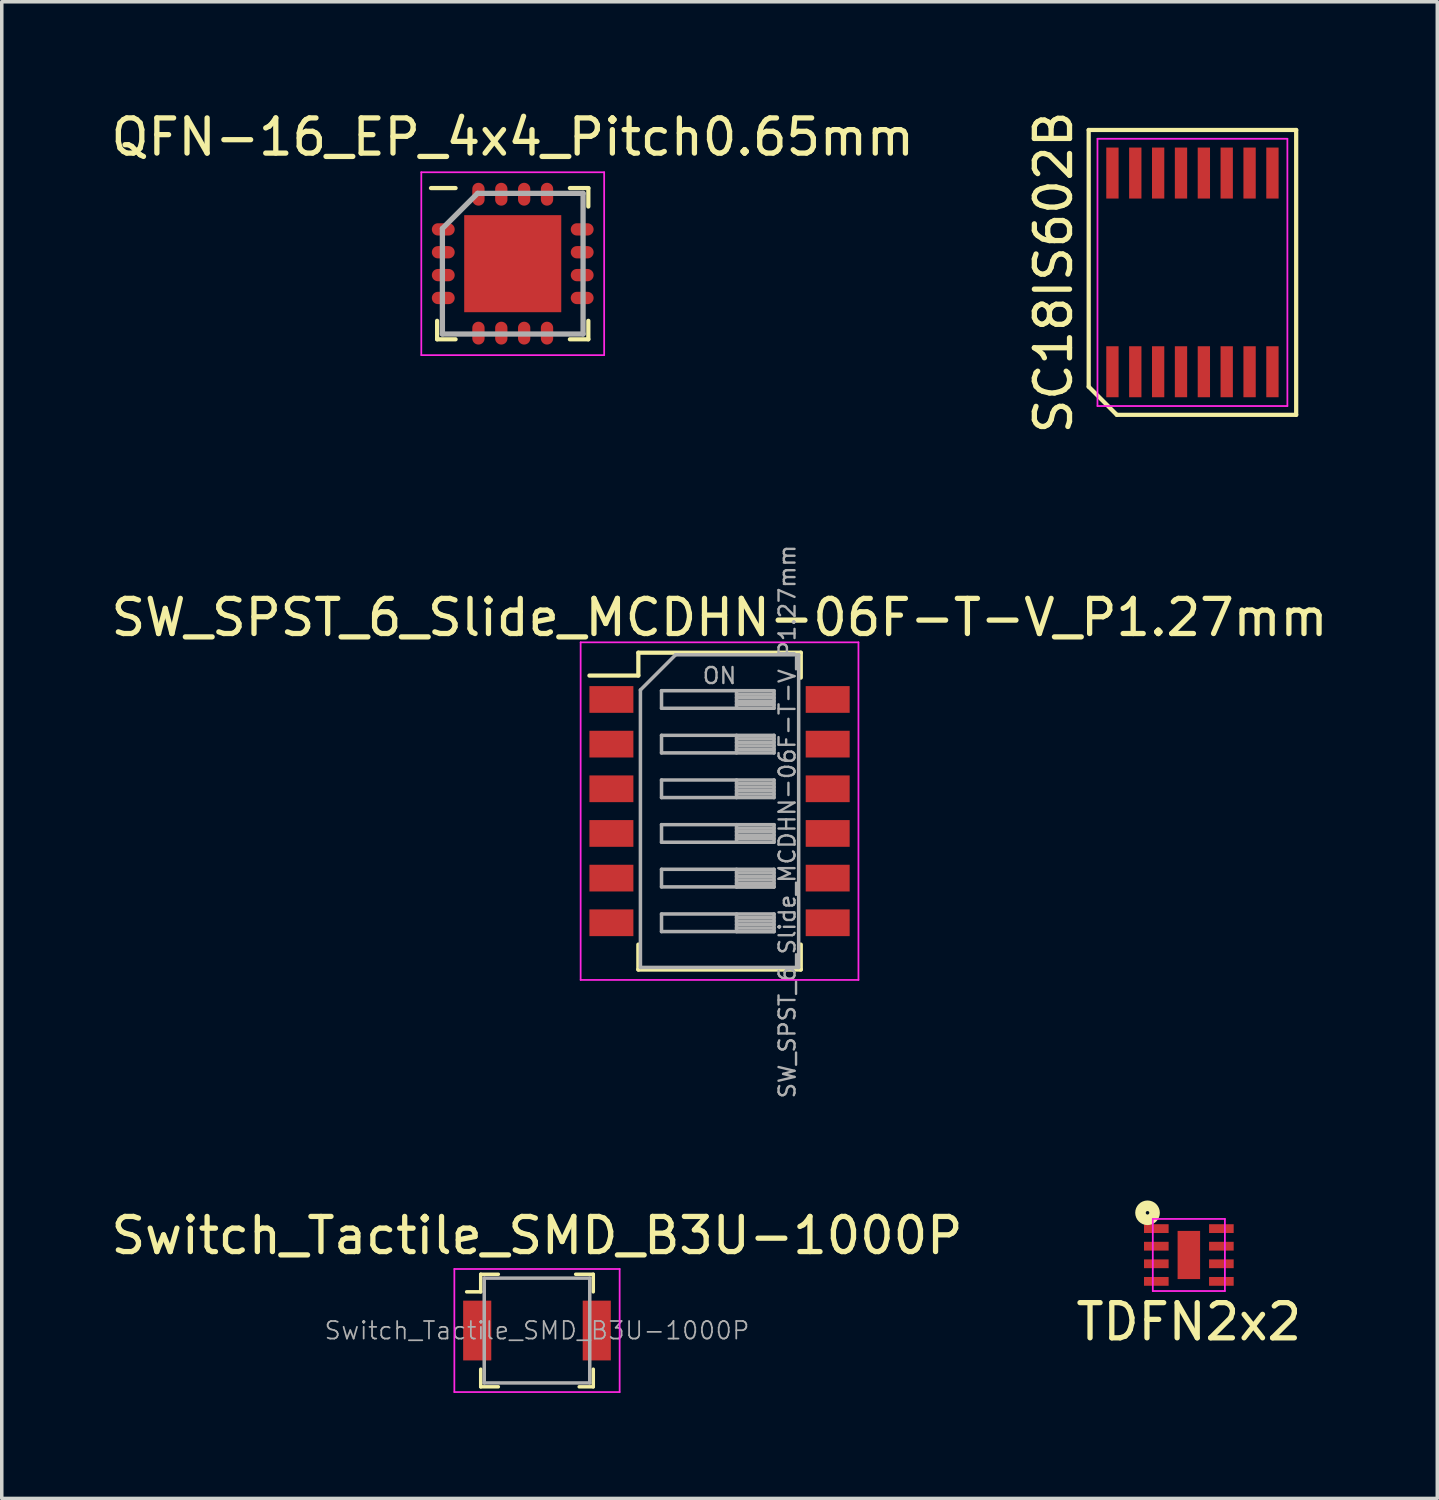
<source format=kicad_pcb>
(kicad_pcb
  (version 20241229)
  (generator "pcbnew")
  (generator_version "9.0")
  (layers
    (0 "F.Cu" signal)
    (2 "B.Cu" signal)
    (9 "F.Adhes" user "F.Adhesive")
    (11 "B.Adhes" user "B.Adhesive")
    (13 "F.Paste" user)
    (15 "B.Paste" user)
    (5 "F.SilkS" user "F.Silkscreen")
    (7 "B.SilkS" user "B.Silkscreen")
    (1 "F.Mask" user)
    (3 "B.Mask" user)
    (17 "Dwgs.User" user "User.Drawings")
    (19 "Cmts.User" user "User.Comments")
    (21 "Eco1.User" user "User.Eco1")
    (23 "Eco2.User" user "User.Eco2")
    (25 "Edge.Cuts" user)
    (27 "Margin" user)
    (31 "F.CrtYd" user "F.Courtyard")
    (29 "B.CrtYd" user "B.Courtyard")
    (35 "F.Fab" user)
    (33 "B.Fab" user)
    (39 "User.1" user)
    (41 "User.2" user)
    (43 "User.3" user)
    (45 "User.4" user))
  (footprint "QFN-16_EP_4x4_Pitch0.65mm"
    (layer "F.Cu")
    (at 11.53 4.448)
    (property "Reference" "QFN-16_EP_4x4_Pitch0.65mm" (at 0 -3.6 0) (layer "F.SilkS") (effects (font (size 1 1) (thickness 0.15))))
    (attr smd)
    (fp_line (start -2.15 2.15) (end -2.15 1.625) (stroke (width 0.12) (type solid)) (layer "F.SilkS"))
    (fp_line (start -1.625 -2.15) (end -2.325 -2.15) (stroke (width 0.12) (type solid)) (layer "F.SilkS"))
    (fp_line (start -1.625 2.15) (end -2.15 2.15) (stroke (width 0.12) (type solid)) (layer "F.SilkS"))
    (fp_line (start 1.625 -2.15) (end 2.15 -2.15) (stroke (width 0.12) (type solid)) (layer "F.SilkS"))
    (fp_line (start 1.625 2.15) (end 2.15 2.15) (stroke (width 0.12) (type solid)) (layer "F.SilkS"))
    (fp_line (start 2.15 -2.15) (end 2.15 -1.625) (stroke (width 0.12) (type solid)) (layer "F.SilkS"))
    (fp_line (start 2.15 2.15) (end 2.15 1.625) (stroke (width 0.12) (type solid)) (layer "F.SilkS"))
    (fp_line (start -2.6 -2.6) (end 2.6 -2.6) (stroke (width 0.05) (type solid)) (layer "F.CrtYd"))
    (fp_line (start -2.6 2.6) (end -2.6 -2.6) (stroke (width 0.05) (type solid)) (layer "F.CrtYd"))
    (fp_line (start 2.6 -2.6) (end 2.6 2.6) (stroke (width 0.05) (type solid)) (layer "F.CrtYd"))
    (fp_line (start 2.6 2.6) (end -2.6 2.6) (stroke (width 0.05) (type solid)) (layer "F.CrtYd"))
    (fp_line (start -2 -1) (end -2 2) (stroke (width 0.15) (type solid)) (layer "F.Fab"))
    (fp_line (start -2 2) (end 2 2) (stroke (width 0.15) (type solid)) (layer "F.Fab"))
    (fp_line (start -1 -2) (end -2 -1) (stroke (width 0.15) (type solid)) (layer "F.Fab"))
    (fp_line (start 2 -2) (end -1 -2) (stroke (width 0.15) (type solid)) (layer "F.Fab"))
    (fp_line (start 2 2) (end 2 -2) (stroke (width 0.15) (type solid)) (layer "F.Fab"))
    (pad "1" smd oval (at -1.975 -0.975 90) (size 0.35 0.65) (layers "F.Cu" "F.Mask" "F.Paste"))
    (pad "2" smd oval (at -1.975 -0.325 90) (size 0.35 0.65) (layers "F.Cu" "F.Mask" "F.Paste"))
    (pad "3" smd oval (at -1.975 0.325 90) (size 0.35 0.65) (layers "F.Cu" "F.Mask" "F.Paste"))
    (pad "4" smd oval (at -1.975 0.975 90) (size 0.35 0.65) (layers "F.Cu" "F.Mask" "F.Paste"))
    (pad "5" smd oval (at -0.975 1.975) (size 0.35 0.65) (layers "F.Cu" "F.Mask" "F.Paste"))
    (pad "6" smd oval (at -0.325 1.975) (size 0.35 0.65) (layers "F.Cu" "F.Mask" "F.Paste"))
    (pad "7" smd oval (at 0.325 1.975) (size 0.35 0.65) (layers "F.Cu" "F.Mask" "F.Paste"))
    (pad "8" smd oval (at 0.975 1.975) (size 0.35 0.65) (layers "F.Cu" "F.Mask" "F.Paste"))
    (pad "9" smd oval (at 1.975 0.975 90) (size 0.35 0.65) (layers "F.Cu" "F.Mask" "F.Paste"))
    (pad "10" smd oval (at 1.975 0.325 90) (size 0.35 0.65) (layers "F.Cu" "F.Mask" "F.Paste"))
    (pad "11" smd oval (at 1.975 -0.325 90) (size 0.35 0.65) (layers "F.Cu" "F.Mask" "F.Paste"))
    (pad "12" smd oval (at 1.975 -0.975 90) (size 0.35 0.65) (layers "F.Cu" "F.Mask" "F.Paste"))
    (pad "13" smd oval (at 0.975 -1.975) (size 0.35 0.65) (layers "F.Cu" "F.Mask" "F.Paste"))
    (pad "14" smd oval (at 0.325 -1.975) (size 0.35 0.65) (layers "F.Cu" "F.Mask" "F.Paste"))
    (pad "15" smd oval (at -0.325 -1.975) (size 0.35 0.65) (layers "F.Cu" "F.Mask" "F.Paste"))
    (pad "16" smd oval (at -0.975 -1.975) (size 0.35 0.65) (layers "F.Cu" "F.Mask" "F.Paste"))
    (pad "17" smd rect (at 0 0) (size 2.76 2.76) (layers "F.Cu" "F.Mask" "F.Paste")))
  (footprint "TDFN2x2"
    (layer "F.Cu")
    (at 30.756 32.587)
    (property "Reference" "TDFN2x2" (at 0 1.95 0) (layer "F.SilkS") (effects (font (size 1 1) (thickness 0.15))))
    (attr through_hole)
    (fp_circle (center -1.175 -1.15) (end -1.125 -1.15) (stroke (width 0.3) (type solid)) (fill no) (layer "F.SilkS"))
    (fp_line (start -1.025 -0.975) (end 1.025 -0.975) (stroke (width 0.05) (type solid)) (layer "F.CrtYd"))
    (fp_line (start -1.025 1.075) (end -1.025 -0.975) (stroke (width 0.05) (type solid)) (layer "F.CrtYd"))
    (fp_line (start 1.025 -0.975) (end 1.025 1.075) (stroke (width 0.05) (type solid)) (layer "F.CrtYd"))
    (fp_line (start 1.025 1.075) (end -1.025 1.075) (stroke (width 0.05) (type solid)) (layer "F.CrtYd"))
    (pad "1" smd rect (at -0.925 -0.7) (size 0.7 0.25) (layers "F.Cu" "F.Mask" "F.Paste"))
    (pad "2" smd rect (at -0.925 -0.2) (size 0.7 0.25) (layers "F.Cu" "F.Mask" "F.Paste"))
    (pad "3" smd rect (at -0.925 0.3) (size 0.7 0.25) (layers "F.Cu" "F.Mask" "F.Paste"))
    (pad "4" smd rect (at -0.925 0.8) (size 0.7 0.25) (layers "F.Cu" "F.Mask" "F.Paste"))
    (pad "5" smd rect (at 0.925 0.8) (size 0.7 0.25) (layers "F.Cu" "F.Mask" "F.Paste"))
    (pad "6" smd rect (at 0.925 0.3) (size 0.7 0.25) (layers "F.Cu" "F.Mask" "F.Paste"))
    (pad "7" smd rect (at 0.925 -0.2) (size 0.7 0.25) (layers "F.Cu" "F.Mask" "F.Paste"))
    (pad "8" smd rect (at 0.925 -0.7) (size 0.7 0.25) (layers "F.Cu" "F.Mask" "F.Paste"))
    (pad "~" smd custom (at 0 0.05) (size 0.64 1.37) (layers "F.Cu" "F.Mask" "F.Paste") (options (anchor rect)) (primitives)))
  (footprint "Switch_Tactile_SMD_B3U-1000P"
    (layer "F.Cu")
    (at 12.22 34.785)
    (property "Reference" "Switch_Tactile_SMD_B3U-1000P" (at 0 -2.7 0) (layer "F.SilkS") (effects (font (size 1 1) (thickness 0.15))))
    (attr smd)
    (fp_line (start -1.6 -1.6) (end -1.6 -1.1) (stroke (width 0.1) (type solid)) (layer "F.SilkS"))
    (fp_line (start -1.6 -1.6) (end -1.1 -1.6) (stroke (width 0.1) (type solid)) (layer "F.SilkS"))
    (fp_line (start -1.6 -1.1) (end -2 -1.1) (stroke (width 0.1) (type solid)) (layer "F.SilkS"))
    (fp_line (start -1.6 1.6) (end -1.6 1.1) (stroke (width 0.1) (type solid)) (layer "F.SilkS"))
    (fp_line (start -1.6 1.6) (end -1.1 1.6) (stroke (width 0.1) (type solid)) (layer "F.SilkS"))
    (fp_line (start 1.6 -1.6) (end 1.1 -1.6) (stroke (width 0.1) (type solid)) (layer "F.SilkS"))
    (fp_line (start 1.6 -1.6) (end 1.6 -1.1) (stroke (width 0.1) (type solid)) (layer "F.SilkS"))
    (fp_line (start 1.6 1.6) (end 1.2 1.6) (stroke (width 0.1) (type solid)) (layer "F.SilkS"))
    (fp_line (start 1.6 1.6) (end 1.6 1.1) (stroke (width 0.1) (type solid)) (layer "F.SilkS"))
    (fp_line (start -2.35 -1.75) (end 2.35 -1.75) (stroke (width 0.05) (type solid)) (layer "F.CrtYd"))
    (fp_line (start -2.35 1.75) (end -2.35 -1.75) (stroke (width 0.05) (type solid)) (layer "F.CrtYd"))
    (fp_line (start -2.35 1.75) (end 2.35 1.75) (stroke (width 0.05) (type solid)) (layer "F.CrtYd"))
    (fp_line (start 2.35 1.75) (end 2.35 -1.75) (stroke (width 0.05) (type solid)) (layer "F.CrtYd"))
    (fp_line (start -1.5 -1.49) (end -1.5 1.49) (stroke (width 0.1) (type solid)) (layer "F.Fab"))
    (fp_line (start -1.5 -1.49) (end 1.5 -1.49) (stroke (width 0.1) (type solid)) (layer "F.Fab"))
    (fp_line (start -1.5 1.49) (end 1.5 1.49) (stroke (width 0.1) (type solid)) (layer "F.Fab"))
    (fp_line (start 1.5 -1.49) (end 1.5 1.49) (stroke (width 0.1) (type solid)) (layer "F.Fab"))
    (fp_text user "${REFERENCE}" (at 0 0 0) (layer "F.Fab") (effects (font (size 0.5 0.5) (thickness 0.05))))
    (pad "1" smd rect (at -1.7 0) (size 0.8 1.7) (layers "F.Cu" "F.Mask" "F.Paste"))
    (pad "2" smd rect (at 1.7 0) (size 0.8 1.7) (layers "F.Cu" "F.Mask" "F.Paste")))
  (footprint "SW_SPST_6_Slide_MCDHN-06F-T-V_P1.27mm"
    (layer "F.Cu")
    (at 17.411 20.015)
    (property "Reference" "SW_SPST_6_Slide_MCDHN-06F-T-V_P1.27mm" (at 0 -5.505 0) (layer "F.SilkS") (effects (font (size 1 1) (thickness 0.15))))
    (attr smd)
    (fp_line (start -3.7 -3.855) (end -2.309 -3.855) (stroke (width 0.12) (type solid)) (layer "F.SilkS"))
    (fp_line (start -2.309 -4.505) (end -2.309 -3.855) (stroke (width 0.12) (type solid)) (layer "F.SilkS"))
    (fp_line (start -2.309 -4.505) (end 2.31 -4.505) (stroke (width 0.12) (type solid)) (layer "F.SilkS"))
    (fp_line (start -2.309 3.795) (end -2.309 4.505) (stroke (width 0.12) (type solid)) (layer "F.SilkS"))
    (fp_line (start -2.309 4.505) (end 2.31 4.505) (stroke (width 0.12) (type solid)) (layer "F.SilkS"))
    (fp_line (start 2.31 -4.505) (end 2.31 -3.795) (stroke (width 0.12) (type solid)) (layer "F.SilkS"))
    (fp_line (start 2.31 3.795) (end 2.31 4.505) (stroke (width 0.12) (type solid)) (layer "F.SilkS"))
    (fp_line (start -3.95 -4.8) (end -3.95 4.8) (stroke (width 0.05) (type solid)) (layer "F.CrtYd"))
    (fp_line (start -3.95 4.8) (end 3.95 4.8) (stroke (width 0.05) (type solid)) (layer "F.CrtYd"))
    (fp_line (start 3.95 -4.8) (end -3.95 -4.8) (stroke (width 0.05) (type solid)) (layer "F.CrtYd"))
    (fp_line (start 3.95 4.8) (end 3.95 -4.8) (stroke (width 0.05) (type solid)) (layer "F.CrtYd"))
    (fp_line (start -2.25 -3.445) (end -1.25 -4.445) (stroke (width 0.1) (type solid)) (layer "F.Fab"))
    (fp_line (start -2.25 4.445) (end -2.25 -3.445) (stroke (width 0.1) (type solid)) (layer "F.Fab"))
    (fp_line (start -1.65 -3.425) (end 1.55 -3.425) (stroke (width 0.1) (type solid)) (layer "F.Fab"))
    (fp_line (start -1.65 -2.925) (end -1.65 -3.425) (stroke (width 0.1) (type solid)) (layer "F.Fab"))
    (fp_line (start -1.65 -2.155) (end 1.55 -2.155) (stroke (width 0.1) (type solid)) (layer "F.Fab"))
    (fp_line (start -1.65 -1.655) (end -1.65 -2.155) (stroke (width 0.1) (type solid)) (layer "F.Fab"))
    (fp_line (start -1.65 -0.885) (end 1.55 -0.885) (stroke (width 0.1) (type solid)) (layer "F.Fab"))
    (fp_line (start -1.65 -0.385) (end -1.65 -0.885) (stroke (width 0.1) (type solid)) (layer "F.Fab"))
    (fp_line (start -1.65 0.385) (end 1.55 0.385) (stroke (width 0.1) (type solid)) (layer "F.Fab"))
    (fp_line (start -1.65 0.885) (end -1.65 0.385) (stroke (width 0.1) (type solid)) (layer "F.Fab"))
    (fp_line (start -1.65 1.655) (end 1.55 1.655) (stroke (width 0.1) (type solid)) (layer "F.Fab"))
    (fp_line (start -1.65 2.155) (end -1.65 1.655) (stroke (width 0.1) (type solid)) (layer "F.Fab"))
    (fp_line (start -1.65 2.925) (end 1.55 2.925) (stroke (width 0.1) (type solid)) (layer "F.Fab"))
    (fp_line (start -1.65 3.425) (end -1.65 2.925) (stroke (width 0.1) (type solid)) (layer "F.Fab"))
    (fp_line (start -1.25 -4.445) (end 2.25 -4.445) (stroke (width 0.1) (type solid)) (layer "F.Fab"))
    (fp_line (start 0.483 -3.425) (end 0.483 -2.925) (stroke (width 0.1) (type solid)) (layer "F.Fab"))
    (fp_line (start 0.483 -2.155) (end 0.483 -1.655) (stroke (width 0.1) (type solid)) (layer "F.Fab"))
    (fp_line (start 0.483 -0.885) (end 0.483 -0.385) (stroke (width 0.1) (type solid)) (layer "F.Fab"))
    (fp_line (start 0.483 0.385) (end 0.483 0.885) (stroke (width 0.1) (type solid)) (layer "F.Fab"))
    (fp_line (start 0.483 1.655) (end 0.483 2.155) (stroke (width 0.1) (type solid)) (layer "F.Fab"))
    (fp_line (start 0.483 2.925) (end 0.483 3.425) (stroke (width 0.1) (type solid)) (layer "F.Fab"))
    (fp_line (start 1.55 -3.425) (end 1.55 -2.925) (stroke (width 0.1) (type solid)) (layer "F.Fab"))
    (fp_line (start 1.55 -3.325) (end 0.483 -3.325) (stroke (width 0.1) (type solid)) (layer "F.Fab"))
    (fp_line (start 1.55 -3.225) (end 0.483 -3.225) (stroke (width 0.1) (type solid)) (layer "F.Fab"))
    (fp_line (start 1.55 -3.125) (end 0.483 -3.125) (stroke (width 0.1) (type solid)) (layer "F.Fab"))
    (fp_line (start 1.55 -3.025) (end 0.483 -3.025) (stroke (width 0.1) (type solid)) (layer "F.Fab"))
    (fp_line (start 1.55 -2.925) (end -1.65 -2.925) (stroke (width 0.1) (type solid)) (layer "F.Fab"))
    (fp_line (start 1.55 -2.155) (end 1.55 -1.655) (stroke (width 0.1) (type solid)) (layer "F.Fab"))
    (fp_line (start 1.55 -2.055) (end 0.483 -2.055) (stroke (width 0.1) (type solid)) (layer "F.Fab"))
    (fp_line (start 1.55 -1.955) (end 0.483 -1.955) (stroke (width 0.1) (type solid)) (layer "F.Fab"))
    (fp_line (start 1.55 -1.855) (end 0.483 -1.855) (stroke (width 0.1) (type solid)) (layer "F.Fab"))
    (fp_line (start 1.55 -1.755) (end 0.483 -1.755) (stroke (width 0.1) (type solid)) (layer "F.Fab"))
    (fp_line (start 1.55 -1.655) (end -1.65 -1.655) (stroke (width 0.1) (type solid)) (layer "F.Fab"))
    (fp_line (start 1.55 -0.885) (end 1.55 -0.385) (stroke (width 0.1) (type solid)) (layer "F.Fab"))
    (fp_line (start 1.55 -0.785) (end 0.483 -0.785) (stroke (width 0.1) (type solid)) (layer "F.Fab"))
    (fp_line (start 1.55 -0.685) (end 0.483 -0.685) (stroke (width 0.1) (type solid)) (layer "F.Fab"))
    (fp_line (start 1.55 -0.585) (end 0.483 -0.585) (stroke (width 0.1) (type solid)) (layer "F.Fab"))
    (fp_line (start 1.55 -0.485) (end 0.483 -0.485) (stroke (width 0.1) (type solid)) (layer "F.Fab"))
    (fp_line (start 1.55 -0.385) (end -1.65 -0.385) (stroke (width 0.1) (type solid)) (layer "F.Fab"))
    (fp_line (start 1.55 0.385) (end 1.55 0.885) (stroke (width 0.1) (type solid)) (layer "F.Fab"))
    (fp_line (start 1.55 0.485) (end 0.483 0.485) (stroke (width 0.1) (type solid)) (layer "F.Fab"))
    (fp_line (start 1.55 0.585) (end 0.483 0.585) (stroke (width 0.1) (type solid)) (layer "F.Fab"))
    (fp_line (start 1.55 0.685) (end 0.483 0.685) (stroke (width 0.1) (type solid)) (layer "F.Fab"))
    (fp_line (start 1.55 0.785) (end 0.483 0.785) (stroke (width 0.1) (type solid)) (layer "F.Fab"))
    (fp_line (start 1.55 0.885) (end -1.65 0.885) (stroke (width 0.1) (type solid)) (layer "F.Fab"))
    (fp_line (start 1.55 1.655) (end 1.55 2.155) (stroke (width 0.1) (type solid)) (layer "F.Fab"))
    (fp_line (start 1.55 1.755) (end 0.483 1.755) (stroke (width 0.1) (type solid)) (layer "F.Fab"))
    (fp_line (start 1.55 1.855) (end 0.483 1.855) (stroke (width 0.1) (type solid)) (layer "F.Fab"))
    (fp_line (start 1.55 1.955) (end 0.483 1.955) (stroke (width 0.1) (type solid)) (layer "F.Fab"))
    (fp_line (start 1.55 2.055) (end 0.483 2.055) (stroke (width 0.1) (type solid)) (layer "F.Fab"))
    (fp_line (start 1.55 2.155) (end -1.65 2.155) (stroke (width 0.1) (type solid)) (layer "F.Fab"))
    (fp_line (start 1.55 2.155) (end 0.483 2.155) (stroke (width 0.1) (type solid)) (layer "F.Fab"))
    (fp_line (start 1.55 2.925) (end 1.55 3.425) (stroke (width 0.1) (type solid)) (layer "F.Fab"))
    (fp_line (start 1.55 3.025) (end 0.483 3.025) (stroke (width 0.1) (type solid)) (layer "F.Fab"))
    (fp_line (start 1.55 3.125) (end 0.483 3.125) (stroke (width 0.1) (type solid)) (layer "F.Fab"))
    (fp_line (start 1.55 3.225) (end 0.483 3.225) (stroke (width 0.1) (type solid)) (layer "F.Fab"))
    (fp_line (start 1.55 3.325) (end 0.483 3.325) (stroke (width 0.1) (type solid)) (layer "F.Fab"))
    (fp_line (start 1.55 3.425) (end -1.65 3.425) (stroke (width 0.1) (type solid)) (layer "F.Fab"))
    (fp_line (start 1.55 3.425) (end 0.483 3.425) (stroke (width 0.1) (type solid)) (layer "F.Fab"))
    (fp_line (start 2.25 -4.445) (end 2.25 4.445) (stroke (width 0.1) (type solid)) (layer "F.Fab"))
    (fp_line (start 2.25 4.445) (end -2.25 4.445) (stroke (width 0.1) (type solid)) (layer "F.Fab"))
    (fp_text user "ON" (at 0 -3.85 0) (layer "F.Fab") (effects (font (size 0.455 0.455) (thickness 0.068))))
    (fp_text user "${REFERENCE}" (at 1.925 0.3 90) (layer "F.Fab") (effects (font (size 0.455 0.455) (thickness 0.068))))
    (pad "1" smd rect (at -3.075 -3.175) (size 1.25 0.76) (layers "F.Cu" "F.Mask" "F.Paste"))
    (pad "2" smd rect (at -3.075 -1.905) (size 1.25 0.76) (layers "F.Cu" "F.Mask" "F.Paste"))
    (pad "3" smd rect (at -3.075 -0.635) (size 1.25 0.76) (layers "F.Cu" "F.Mask" "F.Paste"))
    (pad "4" smd rect (at -3.075 0.635) (size 1.25 0.76) (layers "F.Cu" "F.Mask" "F.Paste"))
    (pad "5" smd rect (at -3.075 1.905) (size 1.25 0.76) (layers "F.Cu" "F.Mask" "F.Paste"))
    (pad "6" smd rect (at -3.075 3.175) (size 1.25 0.76) (layers "F.Cu" "F.Mask" "F.Paste"))
    (pad "7" smd rect (at 3.075 3.175) (size 1.25 0.76) (layers "F.Cu" "F.Mask" "F.Paste"))
    (pad "8" smd rect (at 3.075 1.905) (size 1.25 0.76) (layers "F.Cu" "F.Mask" "F.Paste"))
    (pad "9" smd rect (at 3.075 0.635) (size 1.25 0.76) (layers "F.Cu" "F.Mask" "F.Paste"))
    (pad "10" smd rect (at 3.075 -0.635) (size 1.25 0.76) (layers "F.Cu" "F.Mask" "F.Paste"))
    (pad "11" smd rect (at 3.075 -1.905) (size 1.25 0.76) (layers "F.Cu" "F.Mask" "F.Paste"))
    (pad "12" smd rect (at 3.075 -3.175) (size 1.25 0.76) (layers "F.Cu" "F.Mask" "F.Paste")))
  (footprint "SC18IS602B"
    (layer "F.Cu")
    (at 30.858 4.696)
    (property "Reference" "SC18IS602B" (at -3.95 0 90) (layer "F.SilkS") (effects (font (size 1 1) (thickness 0.15))))
    (attr smd)
    (fp_line (start -2.95 -4.05) (end 2.95 -4.05) (stroke (width 0.12) (type solid)) (layer "F.SilkS"))
    (fp_line (start -2.95 3.25) (end -2.95 -4.05) (stroke (width 0.12) (type solid)) (layer "F.SilkS"))
    (fp_line (start -2.15 4.05) (end -2.95 3.25) (stroke (width 0.12) (type solid)) (layer "F.SilkS"))
    (fp_line (start 2.95 -4.05) (end 2.95 4.05) (stroke (width 0.12) (type solid)) (layer "F.SilkS"))
    (fp_line (start 2.95 4.05) (end -2.15 4.05) (stroke (width 0.12) (type solid)) (layer "F.SilkS"))
    (fp_line (start -2.7 -3.8) (end 2.7 -3.8) (stroke (width 0.05) (type solid)) (layer "F.CrtYd"))
    (fp_line (start -2.7 3.8) (end -2.7 -3.8) (stroke (width 0.05) (type solid)) (layer "F.CrtYd"))
    (fp_line (start 2.7 -3.8) (end 2.7 3.8) (stroke (width 0.05) (type solid)) (layer "F.CrtYd"))
    (fp_line (start 2.7 3.8) (end -2.7 3.8) (stroke (width 0.05) (type solid)) (layer "F.CrtYd"))
    (pad "1" smd rect (at -2.275 2.825) (size 0.35 1.45) (layers "F.Cu" "F.Mask" "F.Paste"))
    (pad "2" smd rect (at -1.625 2.825) (size 0.35 1.45) (layers "F.Cu" "F.Mask" "F.Paste"))
    (pad "3" smd rect (at -0.975 2.825) (size 0.35 1.45) (layers "F.Cu" "F.Mask" "F.Paste"))
    (pad "4" smd rect (at -0.325 2.825) (size 0.35 1.45) (layers "F.Cu" "F.Mask" "F.Paste"))
    (pad "5" smd rect (at 0.325 2.825) (size 0.35 1.45) (layers "F.Cu" "F.Mask" "F.Paste"))
    (pad "6" smd rect (at 0.975 2.825) (size 0.35 1.45) (layers "F.Cu" "F.Mask" "F.Paste"))
    (pad "7" smd rect (at 1.625 2.825) (size 0.35 1.45) (layers "F.Cu" "F.Mask" "F.Paste"))
    (pad "8" smd rect (at 2.275 2.825) (size 0.35 1.45) (layers "F.Cu" "F.Mask" "F.Paste"))
    (pad "9" smd rect (at 2.275 -2.825) (size 0.35 1.45) (layers "F.Cu" "F.Mask" "F.Paste"))
    (pad "10" smd rect (at 1.625 -2.825) (size 0.35 1.45) (layers "F.Cu" "F.Mask" "F.Paste"))
    (pad "11" smd rect (at 0.975 -2.825) (size 0.35 1.45) (layers "F.Cu" "F.Mask" "F.Paste"))
    (pad "12" smd rect (at 0.325 -2.825) (size 0.35 1.45) (layers "F.Cu" "F.Mask" "F.Paste"))
    (pad "13" smd rect (at -0.325 -2.825) (size 0.35 1.45) (layers "F.Cu" "F.Mask" "F.Paste"))
    (pad "14" smd rect (at -0.975 -2.825) (size 0.35 1.45) (layers "F.Cu" "F.Mask" "F.Paste"))
    (pad "15" smd rect (at -1.625 -2.825) (size 0.35 1.45) (layers "F.Cu" "F.Mask" "F.Paste"))
    (pad "16" smd rect (at -2.275 -2.825) (size 0.35 1.45) (layers "F.Cu" "F.Mask" "F.Paste")))
  (gr_rect
    (start -3 -3)
    (end 37.821 39.56)
    (stroke (width 0.1) (type default))
    (fill no)
    (layer "Edge.Cuts")))
</source>
